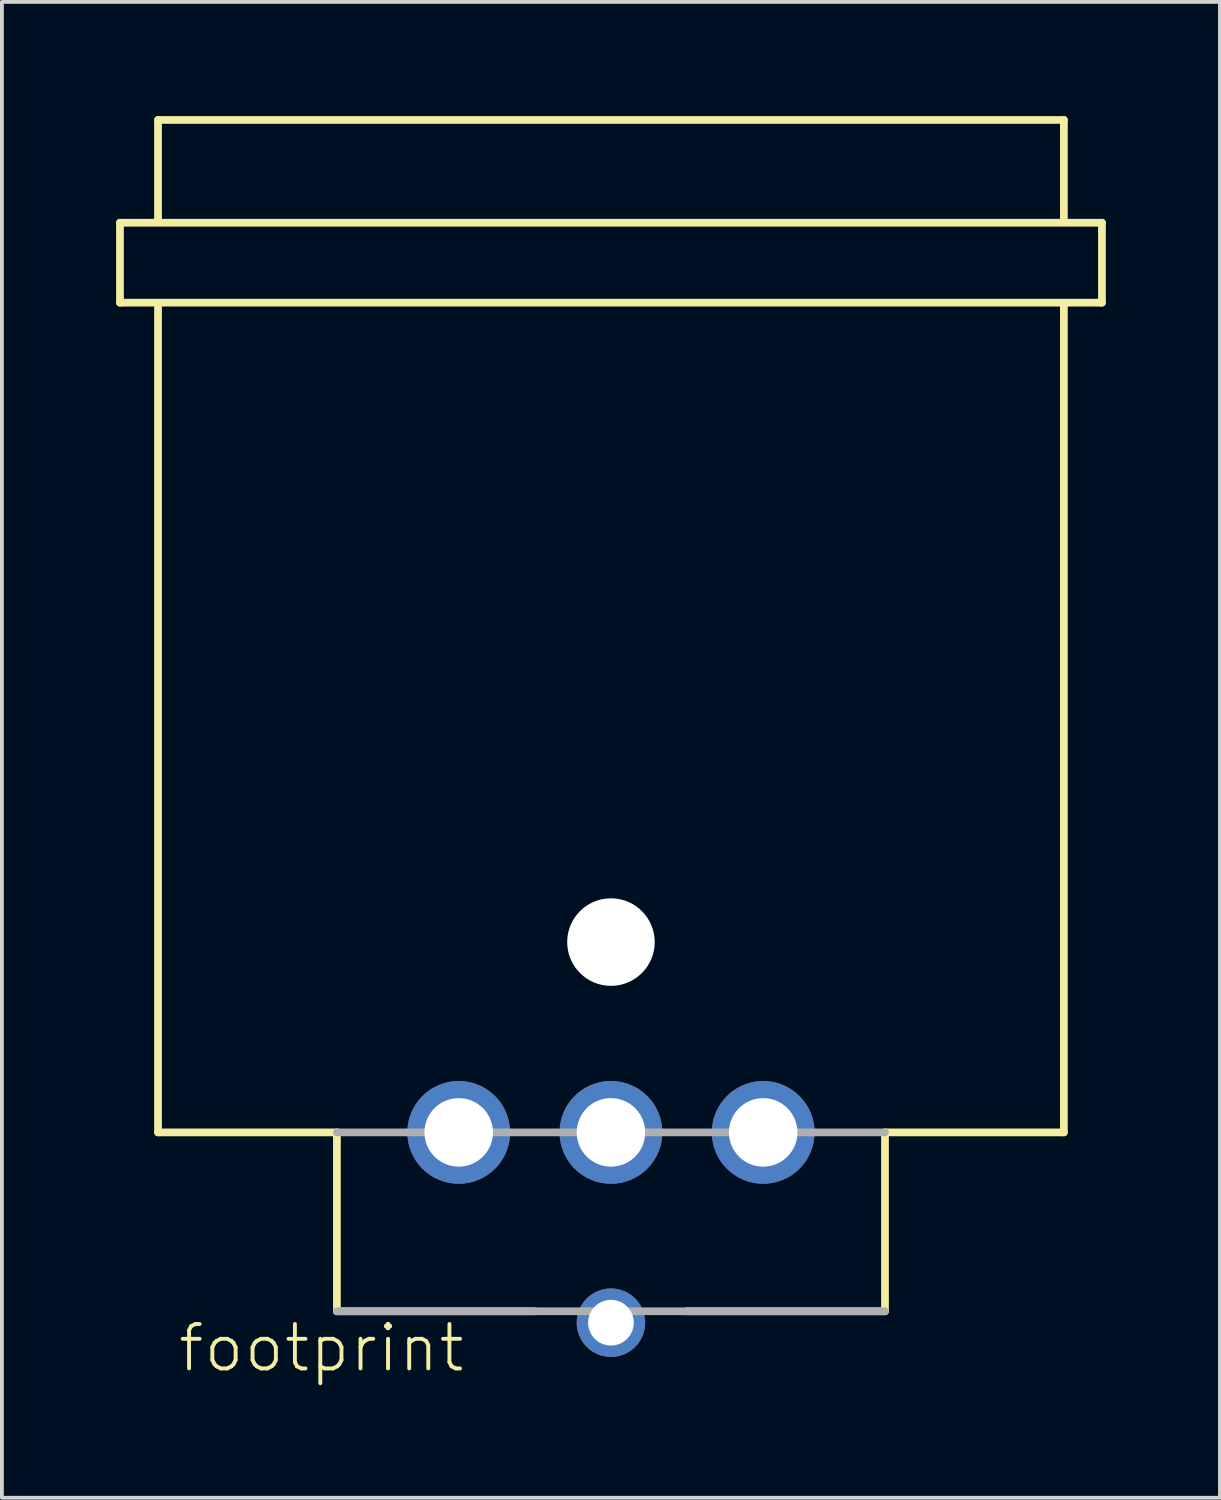
<source format=kicad_pcb>
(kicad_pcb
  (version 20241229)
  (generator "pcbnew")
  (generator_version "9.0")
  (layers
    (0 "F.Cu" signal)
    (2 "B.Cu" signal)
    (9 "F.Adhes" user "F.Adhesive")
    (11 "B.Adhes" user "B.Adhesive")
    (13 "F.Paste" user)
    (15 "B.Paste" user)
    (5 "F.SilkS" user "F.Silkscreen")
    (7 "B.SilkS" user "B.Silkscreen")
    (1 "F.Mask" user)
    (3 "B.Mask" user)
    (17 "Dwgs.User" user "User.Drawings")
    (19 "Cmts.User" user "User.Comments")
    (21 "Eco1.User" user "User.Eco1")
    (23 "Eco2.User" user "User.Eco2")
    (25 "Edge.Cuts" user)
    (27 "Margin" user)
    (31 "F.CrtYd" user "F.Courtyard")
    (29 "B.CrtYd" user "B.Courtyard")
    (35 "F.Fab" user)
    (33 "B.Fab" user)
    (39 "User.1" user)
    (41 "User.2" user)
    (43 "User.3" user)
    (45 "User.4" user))
  (footprint "footprint"
    (layer "F.Cu")
    (at 13.002 26.702)
    (property "Reference" "footprint" (at -11.43 6.35 0) (layer "F.SilkS") (effects (font (size 1.168 1.168) (thickness 0.102)) (justify left bottom)))
    (fp_line (start -12.9 -23.9) (end 12.9 -23.9) (stroke (width 0.203) (type solid)) (layer "F.SilkS"))
    (fp_line (start -12.9 -21.8) (end -12.9 -23.9) (stroke (width 0.203) (type solid)) (layer "F.SilkS"))
    (fp_line (start -11.9 -26.6) (end 11.9 -26.6) (stroke (width 0.203) (type solid)) (layer "F.SilkS"))
    (fp_line (start -11.9 -24) (end -11.9 -26.6) (stroke (width 0.203) (type solid)) (layer "F.SilkS"))
    (fp_line (start -11.9 0) (end -11.9 -21.7) (stroke (width 0.203) (type solid)) (layer "F.SilkS"))
    (fp_line (start -7.2 0) (end -11.9 0) (stroke (width 0.203) (type solid)) (layer "F.SilkS"))
    (fp_line (start -7.2 4.7) (end -7.2 0) (stroke (width 0.203) (type solid)) (layer "F.SilkS"))
    (fp_line (start -2 4.7) (end -7.2 4.7) (stroke (width 0.203) (type solid)) (layer "F.SilkS"))
    (fp_line (start 7.2 4.7) (end 2 4.7) (stroke (width 0.203) (type solid)) (layer "F.SilkS"))
    (fp_line (start 7.2 4.7) (end 7.2 0) (stroke (width 0.203) (type solid)) (layer "F.SilkS"))
    (fp_line (start 11.9 -26.6) (end 11.9 -24) (stroke (width 0.203) (type solid)) (layer "F.SilkS"))
    (fp_line (start 11.9 -21.7) (end 11.9 0) (stroke (width 0.203) (type solid)) (layer "F.SilkS"))
    (fp_line (start 11.9 0) (end 7.2 0) (stroke (width 0.203) (type solid)) (layer "F.SilkS"))
    (fp_line (start 12.9 -23.9) (end 12.9 -21.8) (stroke (width 0.203) (type solid)) (layer "F.SilkS"))
    (fp_line (start 12.9 -21.8) (end -12.9 -21.8) (stroke (width 0.203) (type solid)) (layer "F.SilkS"))
    (fp_line (start 7.2 0) (end -7.2 0) (stroke (width 0.203) (type solid)) (layer "F.Fab"))
    (fp_line (start 7.2 4.7) (end -7.2 4.7) (stroke (width 0.203) (type solid)) (layer "F.Fab"))
    (pad "" np_thru_hole circle (at 0 -5) (size 2.3 2.3) (drill 2.3) (layers "*.Cu" "*.Mask"))
    (pad "1" thru_hole circle (at -4 0) (size 2.7 2.7) (drill 1.8) (layers "*.Cu" "*.Mask"))
    (pad "2" thru_hole circle (at 4 0) (size 2.7 2.7) (drill 1.8) (layers "*.Cu" "*.Mask"))
    (pad "3" thru_hole circle (at 0 0) (size 2.7 2.7) (drill 1.8) (layers "*.Cu" "*.Mask"))
    (pad "G" thru_hole circle (at 0 5) (size 1.8 1.8) (drill 1.2) (layers "*.Cu" "*.Mask")))
  (gr_rect
    (start -3 -3)
    (end 29.003 36.302)
    (stroke (width 0.1) (type default))
    (fill no)
    (layer "Edge.Cuts")))
</source>
